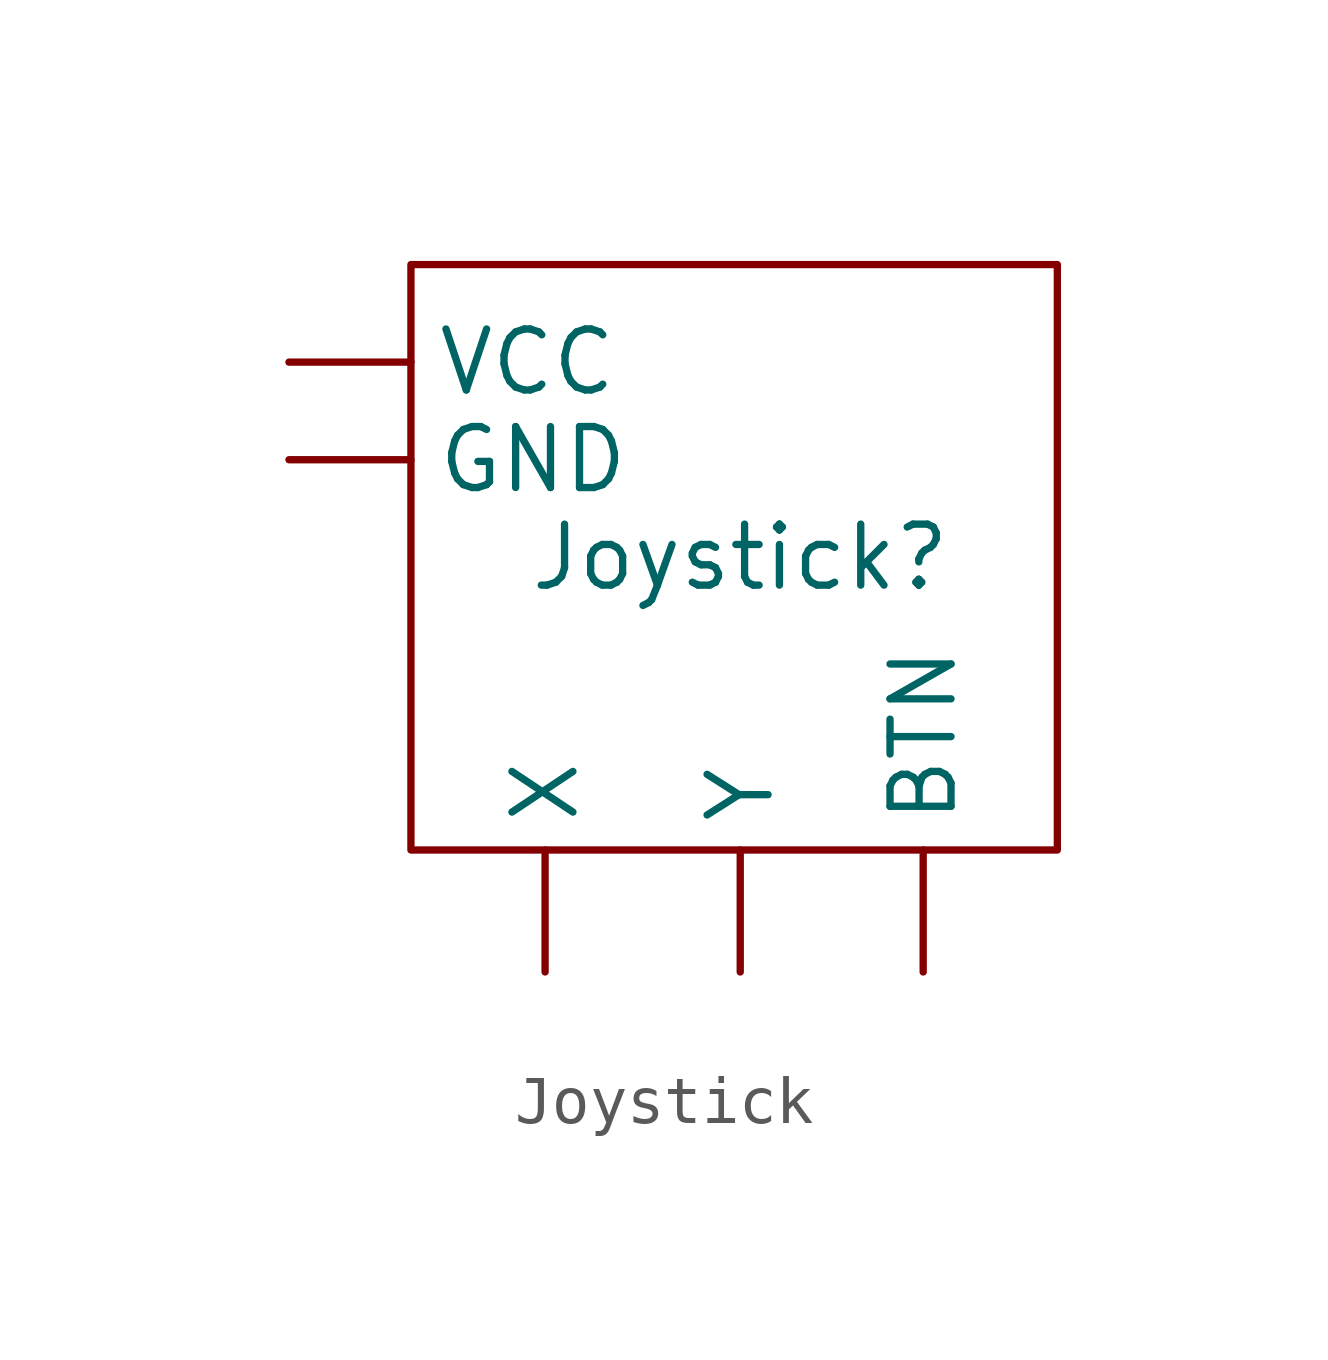
<source format=kicad_sym>
(kicad_symbol_lib
  (version 20220914)
  (generator kicad_symbol_editor)
  (symbol "Joystick"
    (property "Reference" "Joystick"
      (at 0 0 0)
      (effects (font (size 1.27 1.27))))
    (property "Value" ""
      (at 0 0 0)
      (effects (font (size 1.27 1.27))))
    (symbol "Joystick_0_1"
      (rectangle (start -6.858 6.096) (end 6.604 -6.096) (stroke (width 0) (type default)) (fill (type none))))
    (symbol "Joystick_1_1"
      (pin output line (at 3.81 -8.636 90) (length 2.54) (name "BTN" (effects (font (size 1.27 1.27)))) (number "" (effects (font (size 1.27 1.27)))))
      (pin bidirectional line (at -9.398 2.032 0) (length 2.54) (name "GND" (effects (font (size 1.27 1.27)))) (number "" (effects (font (size 1.27 1.27)))))
      (pin input line (at -9.398 4.064 0) (length 2.54) (name "VCC" (effects (font (size 1.27 1.27)))) (number "" (effects (font (size 1.27 1.27)))))
      (pin output line (at -4.064 -8.636 90) (length 2.54) (name "X" (effects (font (size 1.27 1.27)))) (number "" (effects (font (size 1.27 1.27)))))
      (pin output line (at 0 -8.636 90) (length 2.54) (name "Y" (effects (font (size 1.27 1.27)))) (number "" (effects (font (size 1.27 1.27))))))))
</source>
